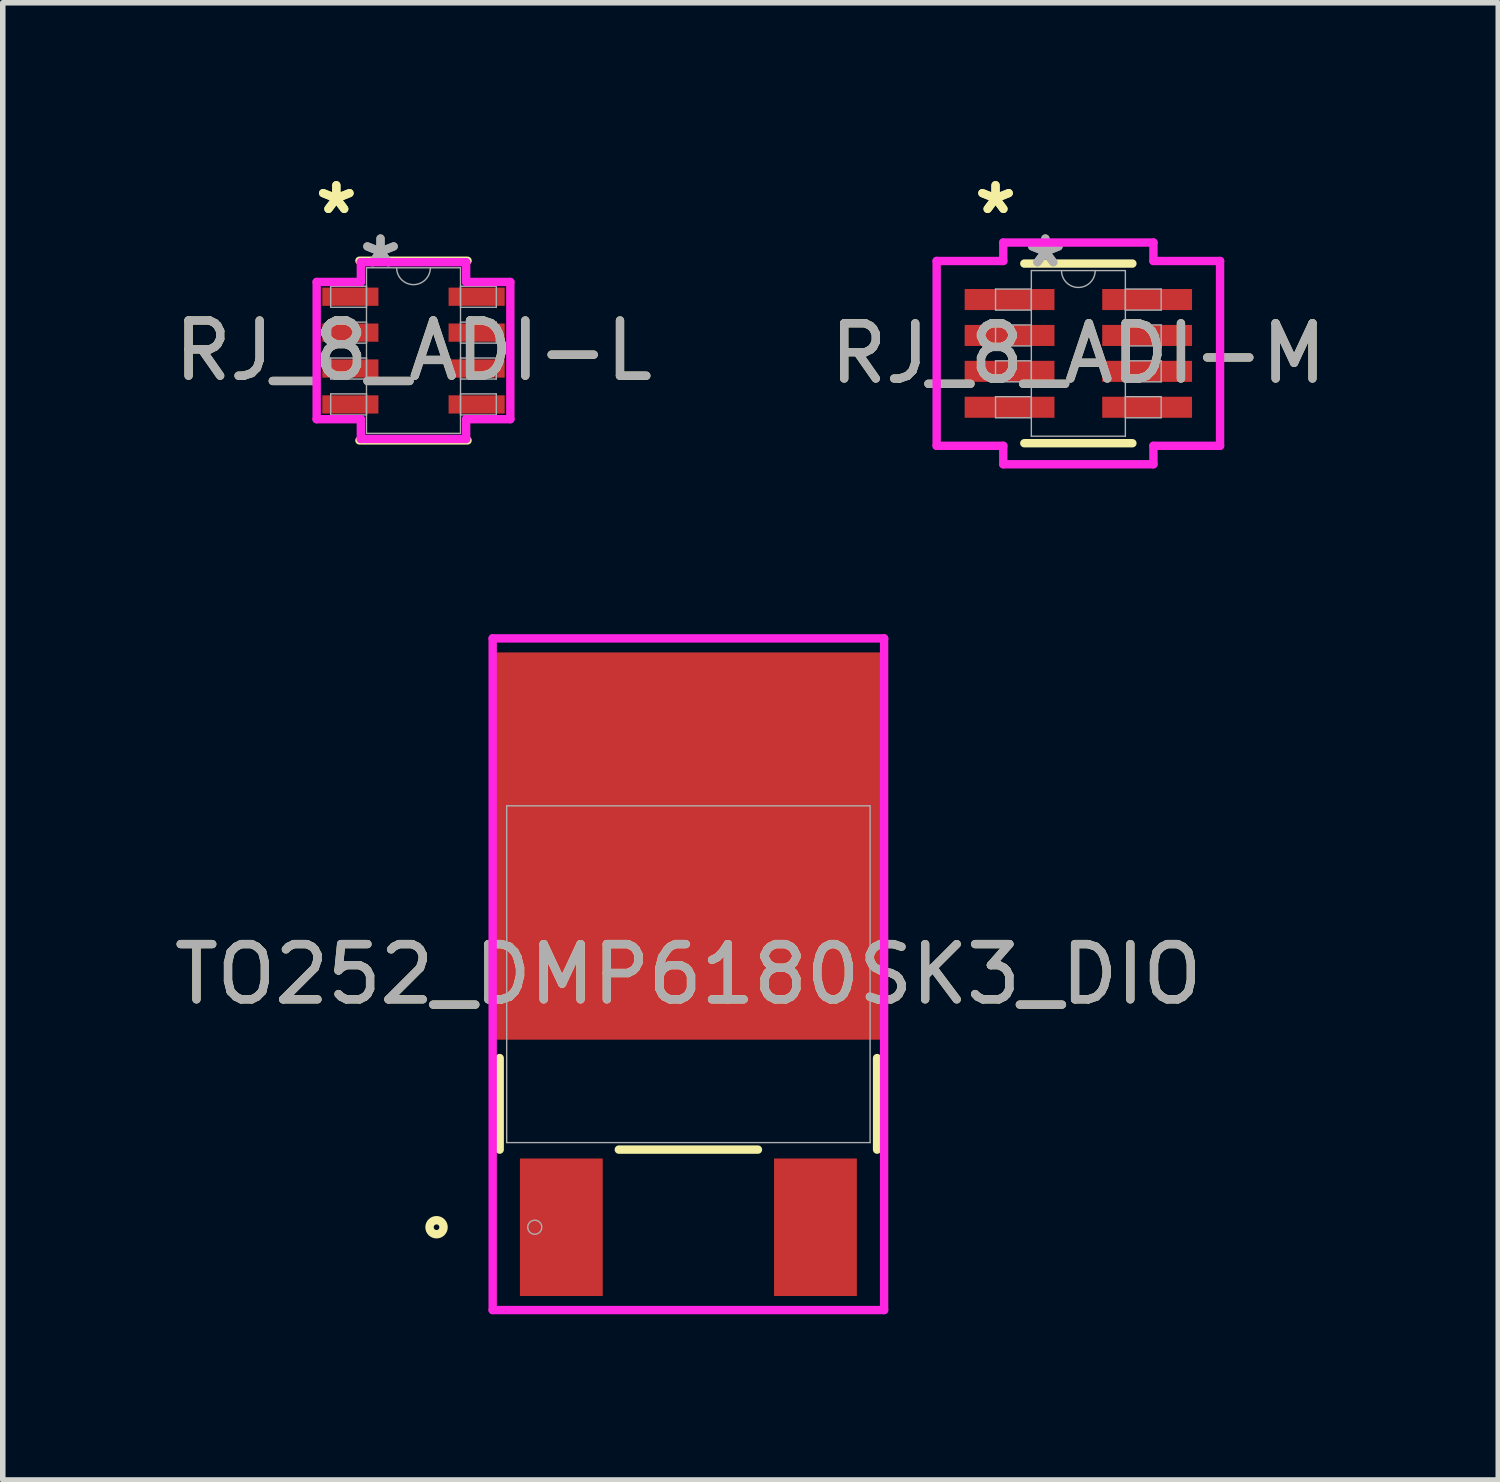
<source format=kicad_pcb>
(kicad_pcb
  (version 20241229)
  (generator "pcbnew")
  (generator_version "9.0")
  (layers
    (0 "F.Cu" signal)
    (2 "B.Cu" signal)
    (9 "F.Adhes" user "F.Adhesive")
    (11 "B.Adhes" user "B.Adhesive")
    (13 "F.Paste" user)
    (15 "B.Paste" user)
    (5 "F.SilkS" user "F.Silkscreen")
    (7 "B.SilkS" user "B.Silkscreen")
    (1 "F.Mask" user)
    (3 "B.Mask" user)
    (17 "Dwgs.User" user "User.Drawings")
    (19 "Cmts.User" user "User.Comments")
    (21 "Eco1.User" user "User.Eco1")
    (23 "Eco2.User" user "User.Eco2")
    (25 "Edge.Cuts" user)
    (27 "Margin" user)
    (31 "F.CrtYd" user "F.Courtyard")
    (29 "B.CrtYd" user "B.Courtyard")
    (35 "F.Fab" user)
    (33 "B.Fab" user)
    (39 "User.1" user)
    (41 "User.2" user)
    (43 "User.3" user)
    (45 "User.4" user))
  (footprint "TO252_DMP6180SK3_DIO"
    (layer "F.Cu")
    (at 9.411 14.585)
    (property "Reference" "TO252_DMP6180SK3_DIO" (at 0 0 0) (unlocked yes) (layer "F.SilkS") (effects (font (size 1 1) (thickness 0.15))))
    (attr smd)
    (fp_line (start -3.416 1.518) (end -3.416 3.175) (stroke (width 0.152) (type solid)) (layer "F.SilkS"))
    (fp_line (start -1.259 3.175) (end 1.259 3.175) (stroke (width 0.152) (type solid)) (layer "F.SilkS"))
    (fp_line (start 3.416 3.175) (end 3.416 1.518) (stroke (width 0.152) (type solid)) (layer "F.SilkS"))
    (fp_circle (center -4.559 4.58) (end -4.432 4.58) (stroke (width 0.152) (type solid)) (fill no) (layer "F.SilkS"))
    (fp_line (start -3.543 -6.079) (end 3.543 -6.079) (stroke (width 0.152) (type solid)) (layer "F.CrtYd"))
    (fp_line (start -3.543 6.079) (end -3.543 -6.079) (stroke (width 0.152) (type solid)) (layer "F.CrtYd"))
    (fp_line (start 3.543 -6.079) (end 3.543 6.079) (stroke (width 0.152) (type solid)) (layer "F.CrtYd"))
    (fp_line (start 3.543 6.079) (end -3.543 6.079) (stroke (width 0.152) (type solid)) (layer "F.CrtYd"))
    (fp_line (start -3.289 -3.048) (end -3.289 3.048) (stroke (width 0.025) (type solid)) (layer "F.Fab"))
    (fp_line (start -3.289 3.048) (end 3.289 3.048) (stroke (width 0.025) (type solid)) (layer "F.Fab"))
    (fp_line (start 3.289 -3.048) (end -3.289 -3.048) (stroke (width 0.025) (type solid)) (layer "F.Fab"))
    (fp_line (start 3.289 3.048) (end 3.289 -3.048) (stroke (width 0.025) (type solid)) (layer "F.Fab"))
    (fp_circle (center -2.781 4.58) (end -2.654 4.58) (stroke (width 0.025) (type solid)) (fill no) (layer "F.Fab"))
    (fp_text user "${REFERENCE}" (at 0 0 0) (unlocked yes) (layer "F.Fab") (effects (font (size 1 1) (thickness 0.15))))
    (pad "1" smd rect (at -2.3 4.58) (size 1.499 2.489) (layers "F.Cu" "F.Mask" "F.Paste"))
    (pad "2" smd rect (at 2.3 4.58) (size 1.499 2.489) (layers "F.Cu" "F.Mask" "F.Paste"))
    (pad "3" smd rect (at 0 -2.32) (size 7.01 7.01) (layers "F.Cu" "F.Mask" "F.Paste")))
  (footprint "RJ_8_ADI-L"
    (layer "F.Cu")
    (at 4.435 3.296)
    (property "Reference" "RJ_8_ADI-L" (at 0 0 0) (unlocked yes) (layer "F.SilkS") (effects (font (size 1 1) (thickness 0.15))))
    (attr smd)
    (fp_line (start -0.978 1.626) (end 0.978 1.626) (stroke (width 0.152) (type solid)) (layer "F.SilkS"))
    (fp_line (start 0.978 -1.626) (end -0.978 -1.626) (stroke (width 0.152) (type solid)) (layer "F.SilkS"))
    (fp_line (start -1.753 -1.242) (end -0.953 -1.242) (stroke (width 0.152) (type solid)) (layer "F.CrtYd"))
    (fp_line (start -1.753 1.242) (end -1.753 -1.242) (stroke (width 0.152) (type solid)) (layer "F.CrtYd"))
    (fp_line (start -0.953 -1.6) (end 0.953 -1.6) (stroke (width 0.152) (type solid)) (layer "F.CrtYd"))
    (fp_line (start -0.953 -1.242) (end -0.953 -1.6) (stroke (width 0.152) (type solid)) (layer "F.CrtYd"))
    (fp_line (start -0.953 1.242) (end -1.753 1.242) (stroke (width 0.152) (type solid)) (layer "F.CrtYd"))
    (fp_line (start -0.953 1.6) (end -0.953 1.242) (stroke (width 0.152) (type solid)) (layer "F.CrtYd"))
    (fp_line (start 0.953 -1.6) (end 0.953 -1.242) (stroke (width 0.152) (type solid)) (layer "F.CrtYd"))
    (fp_line (start 0.953 -1.242) (end 1.753 -1.242) (stroke (width 0.152) (type solid)) (layer "F.CrtYd"))
    (fp_line (start 0.953 1.242) (end 0.953 1.6) (stroke (width 0.152) (type solid)) (layer "F.CrtYd"))
    (fp_line (start 0.953 1.6) (end -0.953 1.6) (stroke (width 0.152) (type solid)) (layer "F.CrtYd"))
    (fp_line (start 1.753 -1.242) (end 1.753 1.242) (stroke (width 0.152) (type solid)) (layer "F.CrtYd"))
    (fp_line (start 1.753 1.242) (end 0.953 1.242) (stroke (width 0.152) (type solid)) (layer "F.CrtYd"))
    (fp_line (start -1.499 -1.165) (end -1.499 -0.784) (stroke (width 0.025) (type solid)) (layer "F.Fab"))
    (fp_line (start -1.499 -0.784) (end -0.851 -0.784) (stroke (width 0.025) (type solid)) (layer "F.Fab"))
    (fp_line (start -1.499 -0.515) (end -1.499 -0.135) (stroke (width 0.025) (type solid)) (layer "F.Fab"))
    (fp_line (start -1.499 -0.135) (end -0.851 -0.135) (stroke (width 0.025) (type solid)) (layer "F.Fab"))
    (fp_line (start -1.499 0.135) (end -1.499 0.515) (stroke (width 0.025) (type solid)) (layer "F.Fab"))
    (fp_line (start -1.499 0.515) (end -0.851 0.515) (stroke (width 0.025) (type solid)) (layer "F.Fab"))
    (fp_line (start -1.499 0.784) (end -1.499 1.165) (stroke (width 0.025) (type solid)) (layer "F.Fab"))
    (fp_line (start -1.499 1.165) (end -0.851 1.165) (stroke (width 0.025) (type solid)) (layer "F.Fab"))
    (fp_line (start -0.851 -1.499) (end -0.851 1.499) (stroke (width 0.025) (type solid)) (layer "F.Fab"))
    (fp_line (start -0.851 -1.165) (end -1.499 -1.165) (stroke (width 0.025) (type solid)) (layer "F.Fab"))
    (fp_line (start -0.851 -0.784) (end -0.851 -1.165) (stroke (width 0.025) (type solid)) (layer "F.Fab"))
    (fp_line (start -0.851 -0.515) (end -1.499 -0.515) (stroke (width 0.025) (type solid)) (layer "F.Fab"))
    (fp_line (start -0.851 -0.135) (end -0.851 -0.515) (stroke (width 0.025) (type solid)) (layer "F.Fab"))
    (fp_line (start -0.851 0.135) (end -1.499 0.135) (stroke (width 0.025) (type solid)) (layer "F.Fab"))
    (fp_line (start -0.851 0.515) (end -0.851 0.135) (stroke (width 0.025) (type solid)) (layer "F.Fab"))
    (fp_line (start -0.851 0.784) (end -1.499 0.784) (stroke (width 0.025) (type solid)) (layer "F.Fab"))
    (fp_line (start -0.851 1.165) (end -0.851 0.784) (stroke (width 0.025) (type solid)) (layer "F.Fab"))
    (fp_line (start -0.851 1.499) (end 0.851 1.499) (stroke (width 0.025) (type solid)) (layer "F.Fab"))
    (fp_line (start 0.851 -1.499) (end -0.851 -1.499) (stroke (width 0.025) (type solid)) (layer "F.Fab"))
    (fp_line (start 0.851 -1.165) (end 0.851 -0.784) (stroke (width 0.025) (type solid)) (layer "F.Fab"))
    (fp_line (start 0.851 -0.784) (end 1.499 -0.784) (stroke (width 0.025) (type solid)) (layer "F.Fab"))
    (fp_line (start 0.851 -0.515) (end 0.851 -0.135) (stroke (width 0.025) (type solid)) (layer "F.Fab"))
    (fp_line (start 0.851 -0.135) (end 1.499 -0.135) (stroke (width 0.025) (type solid)) (layer "F.Fab"))
    (fp_line (start 0.851 0.135) (end 0.851 0.515) (stroke (width 0.025) (type solid)) (layer "F.Fab"))
    (fp_line (start 0.851 0.515) (end 1.499 0.515) (stroke (width 0.025) (type solid)) (layer "F.Fab"))
    (fp_line (start 0.851 0.784) (end 0.851 1.165) (stroke (width 0.025) (type solid)) (layer "F.Fab"))
    (fp_line (start 0.851 1.165) (end 1.499 1.165) (stroke (width 0.025) (type solid)) (layer "F.Fab"))
    (fp_line (start 0.851 1.499) (end 0.851 -1.499) (stroke (width 0.025) (type solid)) (layer "F.Fab"))
    (fp_line (start 1.499 -1.165) (end 0.851 -1.165) (stroke (width 0.025) (type solid)) (layer "F.Fab"))
    (fp_line (start 1.499 -0.784) (end 1.499 -1.165) (stroke (width 0.025) (type solid)) (layer "F.Fab"))
    (fp_line (start 1.499 -0.515) (end 0.851 -0.515) (stroke (width 0.025) (type solid)) (layer "F.Fab"))
    (fp_line (start 1.499 -0.135) (end 1.499 -0.515) (stroke (width 0.025) (type solid)) (layer "F.Fab"))
    (fp_line (start 1.499 0.135) (end 0.851 0.135) (stroke (width 0.025) (type solid)) (layer "F.Fab"))
    (fp_line (start 1.499 0.515) (end 1.499 0.135) (stroke (width 0.025) (type solid)) (layer "F.Fab"))
    (fp_line (start 1.499 0.784) (end 0.851 0.784) (stroke (width 0.025) (type solid)) (layer "F.Fab"))
    (fp_line (start 1.499 1.165) (end 1.499 0.784) (stroke (width 0.025) (type solid)) (layer "F.Fab"))
    (fp_arc (start 0.3048 -1.4986) (mid 0 -1.1938) (end -0.3048 -1.4986) (stroke (width 0.0254) (type solid)) (layer "F.Fab"))
    (fp_text user "*" (at -1.397 -2.448 0) (unlocked yes) (layer "F.SilkS") (effects (font (size 1 1) (thickness 0.15))))
    (fp_text user "*" (at -1.397 -2.448 0) (layer "F.SilkS") (effects (font (size 1 1) (thickness 0.15))))
    (fp_text user "*" (at -0.597 -1.483 0) (layer "F.Fab") (effects (font (size 1 1) (thickness 0.15))))
    (fp_text user "*" (at -0.597 -1.483 0) (unlocked yes) (layer "F.Fab") (effects (font (size 1 1) (thickness 0.15))))
    (fp_text user "${REFERENCE}" (at 0 0 0) (unlocked yes) (layer "F.Fab") (effects (font (size 1 1) (thickness 0.15))))
    (pad "1" smd rect (at -1.143 -0.975) (size 1.016 0.33) (layers "F.Cu" "F.Mask" "F.Paste"))
    (pad "2" smd rect (at -1.143 -0.325) (size 1.016 0.33) (layers "F.Cu" "F.Mask" "F.Paste"))
    (pad "3" smd rect (at -1.143 0.325) (size 1.016 0.33) (layers "F.Cu" "F.Mask" "F.Paste"))
    (pad "4" smd rect (at -1.143 0.975) (size 1.016 0.33) (layers "F.Cu" "F.Mask" "F.Paste"))
    (pad "5" smd rect (at 1.143 0.975) (size 1.016 0.33) (layers "F.Cu" "F.Mask" "F.Paste"))
    (pad "6" smd rect (at 1.143 0.325) (size 1.016 0.33) (layers "F.Cu" "F.Mask" "F.Paste"))
    (pad "7" smd rect (at 1.143 -0.325) (size 1.016 0.33) (layers "F.Cu" "F.Mask" "F.Paste"))
    (pad "8" smd rect (at 1.143 -0.975) (size 1.016 0.33) (layers "F.Cu" "F.Mask" "F.Paste")))
  (footprint "RJ_8_ADI-M"
    (layer "F.Cu")
    (at 16.47 3.347)
    (property "Reference" "RJ_8_ADI-M" (at 0 0 0) (unlocked yes) (layer "F.SilkS") (effects (font (size 1 1) (thickness 0.15))))
    (attr smd)
    (fp_line (start -0.978 1.626) (end 0.978 1.626) (stroke (width 0.152) (type solid)) (layer "F.SilkS"))
    (fp_line (start 0.978 -1.626) (end -0.978 -1.626) (stroke (width 0.152) (type solid)) (layer "F.SilkS"))
    (fp_line (start -2.565 -1.673) (end -1.359 -1.673) (stroke (width 0.152) (type solid)) (layer "F.CrtYd"))
    (fp_line (start -2.565 1.673) (end -2.565 -1.673) (stroke (width 0.152) (type solid)) (layer "F.CrtYd"))
    (fp_line (start -1.359 -2.007) (end 1.359 -2.007) (stroke (width 0.152) (type solid)) (layer "F.CrtYd"))
    (fp_line (start -1.359 -1.673) (end -1.359 -2.007) (stroke (width 0.152) (type solid)) (layer "F.CrtYd"))
    (fp_line (start -1.359 1.673) (end -2.565 1.673) (stroke (width 0.152) (type solid)) (layer "F.CrtYd"))
    (fp_line (start -1.359 2.007) (end -1.359 1.673) (stroke (width 0.152) (type solid)) (layer "F.CrtYd"))
    (fp_line (start 1.359 -2.007) (end 1.359 -1.673) (stroke (width 0.152) (type solid)) (layer "F.CrtYd"))
    (fp_line (start 1.359 -1.673) (end 2.565 -1.673) (stroke (width 0.152) (type solid)) (layer "F.CrtYd"))
    (fp_line (start 1.359 1.673) (end 1.359 2.007) (stroke (width 0.152) (type solid)) (layer "F.CrtYd"))
    (fp_line (start 1.359 2.007) (end -1.359 2.007) (stroke (width 0.152) (type solid)) (layer "F.CrtYd"))
    (fp_line (start 2.565 -1.673) (end 2.565 1.673) (stroke (width 0.152) (type solid)) (layer "F.CrtYd"))
    (fp_line (start 2.565 1.673) (end 1.359 1.673) (stroke (width 0.152) (type solid)) (layer "F.CrtYd"))
    (fp_line (start -1.499 -1.165) (end -1.499 -0.784) (stroke (width 0.025) (type solid)) (layer "F.Fab"))
    (fp_line (start -1.499 -0.784) (end -0.851 -0.784) (stroke (width 0.025) (type solid)) (layer "F.Fab"))
    (fp_line (start -1.499 -0.515) (end -1.499 -0.135) (stroke (width 0.025) (type solid)) (layer "F.Fab"))
    (fp_line (start -1.499 -0.135) (end -0.851 -0.135) (stroke (width 0.025) (type solid)) (layer "F.Fab"))
    (fp_line (start -1.499 0.135) (end -1.499 0.515) (stroke (width 0.025) (type solid)) (layer "F.Fab"))
    (fp_line (start -1.499 0.515) (end -0.851 0.515) (stroke (width 0.025) (type solid)) (layer "F.Fab"))
    (fp_line (start -1.499 0.784) (end -1.499 1.165) (stroke (width 0.025) (type solid)) (layer "F.Fab"))
    (fp_line (start -1.499 1.165) (end -0.851 1.165) (stroke (width 0.025) (type solid)) (layer "F.Fab"))
    (fp_line (start -0.851 -1.499) (end -0.851 1.499) (stroke (width 0.025) (type solid)) (layer "F.Fab"))
    (fp_line (start -0.851 -1.165) (end -1.499 -1.165) (stroke (width 0.025) (type solid)) (layer "F.Fab"))
    (fp_line (start -0.851 -0.784) (end -0.851 -1.165) (stroke (width 0.025) (type solid)) (layer "F.Fab"))
    (fp_line (start -0.851 -0.515) (end -1.499 -0.515) (stroke (width 0.025) (type solid)) (layer "F.Fab"))
    (fp_line (start -0.851 -0.135) (end -0.851 -0.515) (stroke (width 0.025) (type solid)) (layer "F.Fab"))
    (fp_line (start -0.851 0.135) (end -1.499 0.135) (stroke (width 0.025) (type solid)) (layer "F.Fab"))
    (fp_line (start -0.851 0.515) (end -0.851 0.135) (stroke (width 0.025) (type solid)) (layer "F.Fab"))
    (fp_line (start -0.851 0.784) (end -1.499 0.784) (stroke (width 0.025) (type solid)) (layer "F.Fab"))
    (fp_line (start -0.851 1.165) (end -0.851 0.784) (stroke (width 0.025) (type solid)) (layer "F.Fab"))
    (fp_line (start -0.851 1.499) (end 0.851 1.499) (stroke (width 0.025) (type solid)) (layer "F.Fab"))
    (fp_line (start 0.851 -1.499) (end -0.851 -1.499) (stroke (width 0.025) (type solid)) (layer "F.Fab"))
    (fp_line (start 0.851 -1.165) (end 0.851 -0.784) (stroke (width 0.025) (type solid)) (layer "F.Fab"))
    (fp_line (start 0.851 -0.784) (end 1.499 -0.784) (stroke (width 0.025) (type solid)) (layer "F.Fab"))
    (fp_line (start 0.851 -0.515) (end 0.851 -0.135) (stroke (width 0.025) (type solid)) (layer "F.Fab"))
    (fp_line (start 0.851 -0.135) (end 1.499 -0.135) (stroke (width 0.025) (type solid)) (layer "F.Fab"))
    (fp_line (start 0.851 0.135) (end 0.851 0.515) (stroke (width 0.025) (type solid)) (layer "F.Fab"))
    (fp_line (start 0.851 0.515) (end 1.499 0.515) (stroke (width 0.025) (type solid)) (layer "F.Fab"))
    (fp_line (start 0.851 0.784) (end 0.851 1.165) (stroke (width 0.025) (type solid)) (layer "F.Fab"))
    (fp_line (start 0.851 1.165) (end 1.499 1.165) (stroke (width 0.025) (type solid)) (layer "F.Fab"))
    (fp_line (start 0.851 1.499) (end 0.851 -1.499) (stroke (width 0.025) (type solid)) (layer "F.Fab"))
    (fp_line (start 1.499 -1.165) (end 0.851 -1.165) (stroke (width 0.025) (type solid)) (layer "F.Fab"))
    (fp_line (start 1.499 -0.784) (end 1.499 -1.165) (stroke (width 0.025) (type solid)) (layer "F.Fab"))
    (fp_line (start 1.499 -0.515) (end 0.851 -0.515) (stroke (width 0.025) (type solid)) (layer "F.Fab"))
    (fp_line (start 1.499 -0.135) (end 1.499 -0.515) (stroke (width 0.025) (type solid)) (layer "F.Fab"))
    (fp_line (start 1.499 0.135) (end 0.851 0.135) (stroke (width 0.025) (type solid)) (layer "F.Fab"))
    (fp_line (start 1.499 0.515) (end 1.499 0.135) (stroke (width 0.025) (type solid)) (layer "F.Fab"))
    (fp_line (start 1.499 0.784) (end 0.851 0.784) (stroke (width 0.025) (type solid)) (layer "F.Fab"))
    (fp_line (start 1.499 1.165) (end 1.499 0.784) (stroke (width 0.025) (type solid)) (layer "F.Fab"))
    (fp_arc (start 0.3048 -1.4986) (mid 0 -1.1938) (end -0.3048 -1.4986) (stroke (width 0.0254) (type solid)) (layer "F.Fab"))
    (fp_text user "*" (at -1.499 -2.499 0) (unlocked yes) (layer "F.SilkS") (effects (font (size 1 1) (thickness 0.15))))
    (fp_text user "*" (at -1.499 -2.499 0) (layer "F.SilkS") (effects (font (size 1 1) (thickness 0.15))))
    (fp_text user "*" (at -0.597 -1.534 0) (unlocked yes) (layer "F.Fab") (effects (font (size 1 1) (thickness 0.15))))
    (fp_text user "*" (at -0.597 -1.534 0) (layer "F.Fab") (effects (font (size 1 1) (thickness 0.15))))
    (fp_text user "${REFERENCE}" (at 0 0 0) (unlocked yes) (layer "F.Fab") (effects (font (size 1 1) (thickness 0.15))))
    (pad "1" smd rect (at -1.245 -0.975) (size 1.626 0.381) (layers "F.Cu" "F.Mask" "F.Paste"))
    (pad "2" smd rect (at -1.245 -0.325) (size 1.626 0.381) (layers "F.Cu" "F.Mask" "F.Paste"))
    (pad "3" smd rect (at -1.245 0.325) (size 1.626 0.381) (layers "F.Cu" "F.Mask" "F.Paste"))
    (pad "4" smd rect (at -1.245 0.975) (size 1.626 0.381) (layers "F.Cu" "F.Mask" "F.Paste"))
    (pad "5" smd rect (at 1.245 0.975) (size 1.626 0.381) (layers "F.Cu" "F.Mask" "F.Paste"))
    (pad "6" smd rect (at 1.245 0.325) (size 1.626 0.381) (layers "F.Cu" "F.Mask" "F.Paste"))
    (pad "7" smd rect (at 1.245 -0.325) (size 1.626 0.381) (layers "F.Cu" "F.Mask" "F.Paste"))
    (pad "8" smd rect (at 1.245 -0.975) (size 1.626 0.381) (layers "F.Cu" "F.Mask" "F.Paste")))
  (gr_rect
    (start -3 -3)
    (end 24.071 23.74)
    (stroke (width 0.1) (type default))
    (fill no)
    (layer "Edge.Cuts")))
</source>
